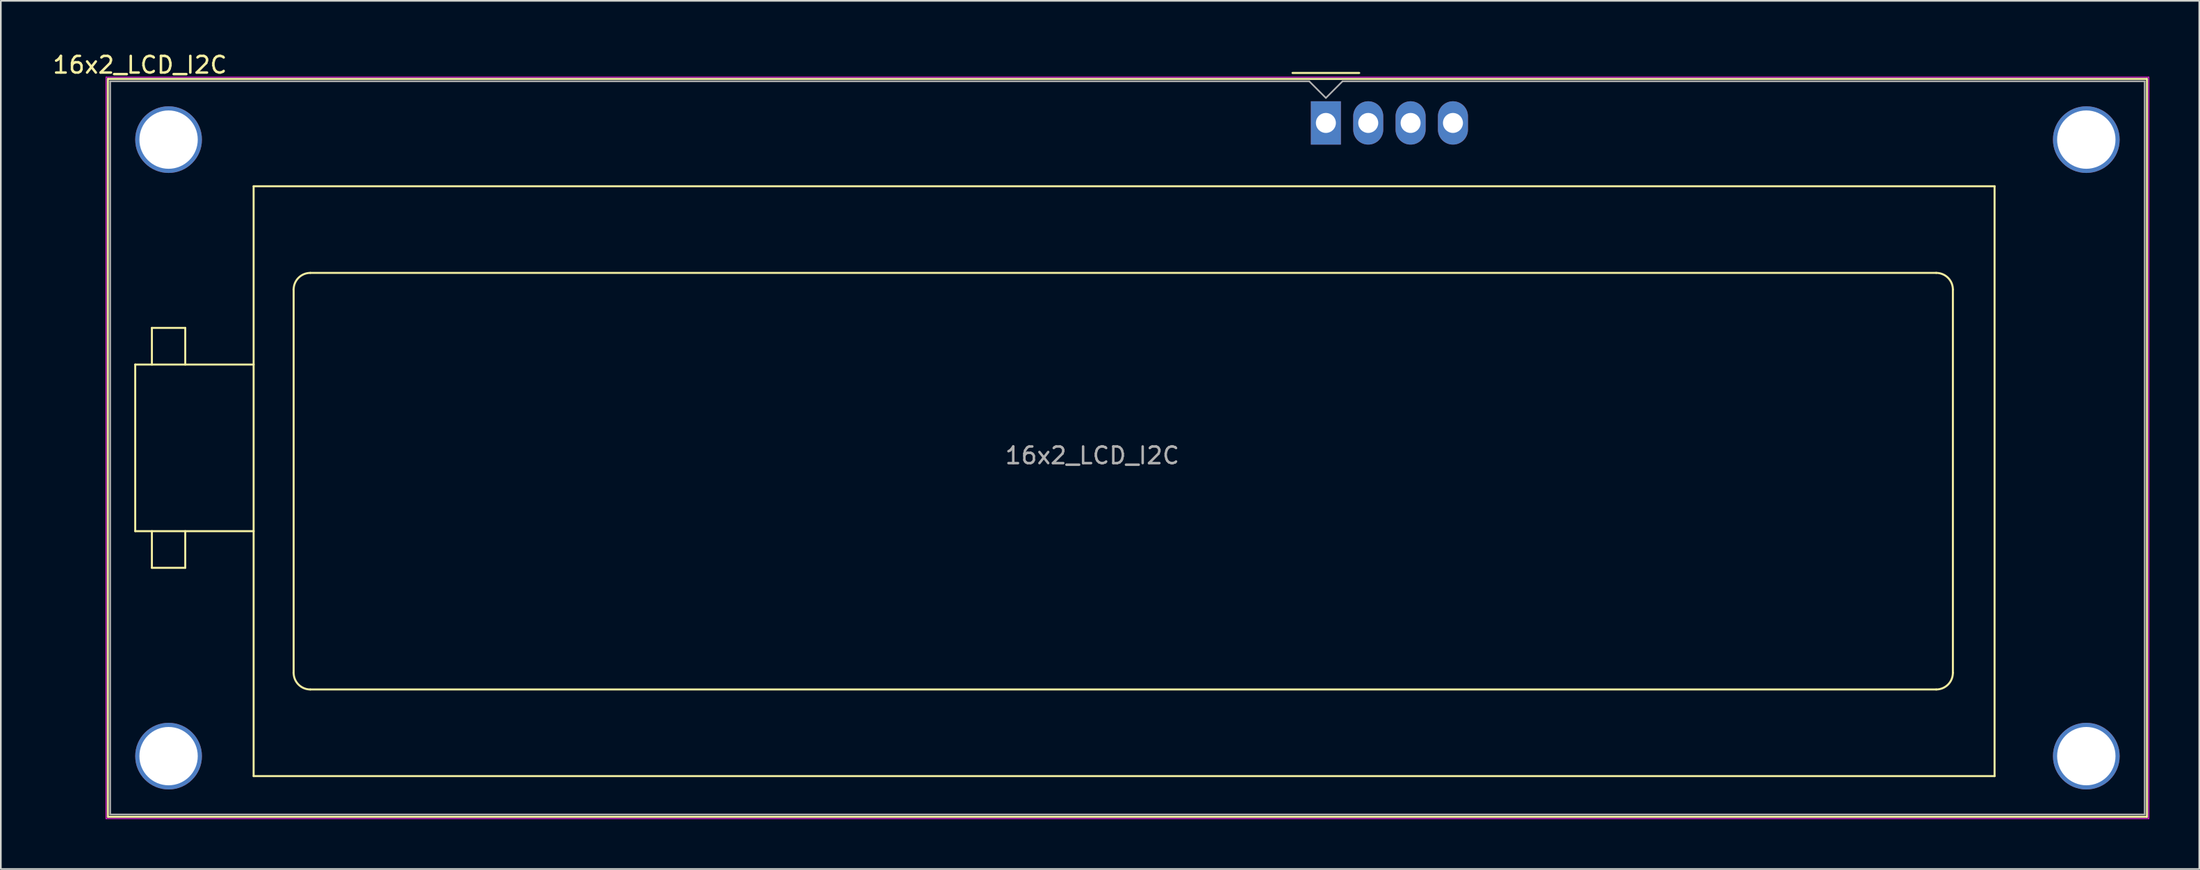
<source format=kicad_pcb>
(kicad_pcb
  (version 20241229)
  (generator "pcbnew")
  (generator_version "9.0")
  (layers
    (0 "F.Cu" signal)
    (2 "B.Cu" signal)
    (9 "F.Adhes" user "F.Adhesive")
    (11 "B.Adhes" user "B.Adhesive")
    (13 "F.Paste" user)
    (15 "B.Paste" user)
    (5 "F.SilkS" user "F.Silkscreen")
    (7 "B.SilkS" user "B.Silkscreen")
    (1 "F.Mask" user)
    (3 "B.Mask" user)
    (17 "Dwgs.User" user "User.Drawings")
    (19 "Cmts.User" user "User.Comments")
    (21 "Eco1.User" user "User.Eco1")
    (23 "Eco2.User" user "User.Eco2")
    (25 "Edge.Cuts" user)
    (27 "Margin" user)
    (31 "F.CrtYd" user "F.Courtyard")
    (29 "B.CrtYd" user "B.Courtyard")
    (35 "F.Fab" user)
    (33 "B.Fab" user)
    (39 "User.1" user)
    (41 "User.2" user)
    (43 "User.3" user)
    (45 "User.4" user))
  (footprint "16x2_LCD_I2C"
    (layer "F.Cu")
    (at 76.459 4.328)
    (property "Reference" "16x2_LCD_I2C" (at -71.12 -3.48 0) (layer "F.SilkS") (effects (font (size 1 1) (thickness 0.15))))
    (attr through_hole)
    (fp_line (start -73.04 -2.64) (end -73.04 41.64) (stroke (width 0.12) (type solid)) (layer "F.SilkS"))
    (fp_line (start -73.04 -2.64) (end 49.24 -2.64) (stroke (width 0.12) (type solid)) (layer "F.SilkS"))
    (fp_line (start -71.4 14.5) (end -64.3 14.5) (stroke (width 0.12) (type solid)) (layer "F.SilkS"))
    (fp_line (start -71.4 24.5) (end -71.4 14.5) (stroke (width 0.12) (type solid)) (layer "F.SilkS"))
    (fp_line (start -70.4 12.3) (end -70.4 14.5) (stroke (width 0.12) (type solid)) (layer "F.SilkS"))
    (fp_line (start -70.4 26.7) (end -70.4 24.5) (stroke (width 0.12) (type solid)) (layer "F.SilkS"))
    (fp_line (start -68.4 12.3) (end -70.4 12.3) (stroke (width 0.12) (type solid)) (layer "F.SilkS"))
    (fp_line (start -68.4 14.5) (end -68.4 12.3) (stroke (width 0.12) (type solid)) (layer "F.SilkS"))
    (fp_line (start -68.4 24.5) (end -68.4 26.7) (stroke (width 0.12) (type solid)) (layer "F.SilkS"))
    (fp_line (start -68.4 26.7) (end -70.4 26.7) (stroke (width 0.12) (type solid)) (layer "F.SilkS"))
    (fp_line (start -64.3 3.8) (end 40.1 3.8) (stroke (width 0.12) (type solid)) (layer "F.SilkS"))
    (fp_line (start -64.3 24.5) (end -71.4 24.5) (stroke (width 0.12) (type solid)) (layer "F.SilkS"))
    (fp_line (start -64.3 39.2) (end -64.3 3.8) (stroke (width 0.12) (type solid)) (layer "F.SilkS"))
    (fp_line (start -61.9 33) (end -61.9 10) (stroke (width 0.12) (type solid)) (layer "F.SilkS"))
    (fp_line (start -60.9 9) (end 36.6 9) (stroke (width 0.12) (type solid)) (layer "F.SilkS"))
    (fp_line (start -2 -3) (end 2 -3) (stroke (width 0.12) (type solid)) (layer "F.SilkS"))
    (fp_line (start 36.6 34) (end -60.9 34) (stroke (width 0.12) (type solid)) (layer "F.SilkS"))
    (fp_line (start 37.6 10) (end 37.6 33) (stroke (width 0.12) (type solid)) (layer "F.SilkS"))
    (fp_line (start 40.1 3.8) (end 40.1 39.2) (stroke (width 0.12) (type solid)) (layer "F.SilkS"))
    (fp_line (start 40.1 39.2) (end -64.3 39.2) (stroke (width 0.12) (type solid)) (layer "F.SilkS"))
    (fp_line (start 49.24 -2.64) (end 49.24 41.64) (stroke (width 0.12) (type solid)) (layer "F.SilkS"))
    (fp_line (start 49.24 41.64) (end -73.04 41.64) (stroke (width 0.12) (type solid)) (layer "F.SilkS"))
    (fp_arc (start -61.9 10) (mid -61.607107 9.292893) (end -60.9 9) (stroke (width 0.12) (type solid)) (layer "F.SilkS"))
    (fp_arc (start -60.9 34) (mid -61.607107 33.707107) (end -61.9 33) (stroke (width 0.12) (type solid)) (layer "F.SilkS"))
    (fp_arc (start 36.6 9) (mid 37.307107 9.292893) (end 37.6 10) (stroke (width 0.12) (type solid)) (layer "F.SilkS"))
    (fp_arc (start 37.6 33) (mid 37.307107 33.707107) (end 36.6 34) (stroke (width 0.12) (type solid)) (layer "F.SilkS"))
    (fp_line (start -73.15 -2.75) (end -73.15 41.75) (stroke (width 0.05) (type solid)) (layer "F.CrtYd"))
    (fp_line (start -73.15 -2.75) (end 49.35 -2.75) (stroke (width 0.05) (type solid)) (layer "F.CrtYd"))
    (fp_line (start -73.15 41.75) (end 49.35 41.75) (stroke (width 0.05) (type solid)) (layer "F.CrtYd"))
    (fp_line (start 49.35 -2.75) (end 49.35 41.75) (stroke (width 0.05) (type solid)) (layer "F.CrtYd"))
    (fp_line (start -72.9 -2.5) (end -72.9 41.5) (stroke (width 0.1) (type solid)) (layer "F.Fab"))
    (fp_line (start -72.9 41.5) (end 49.1 41.5) (stroke (width 0.1) (type solid)) (layer "F.Fab"))
    (fp_line (start -1 -2.5) (end -72.9 -2.5) (stroke (width 0.1) (type solid)) (layer "F.Fab"))
    (fp_line (start 0 -1.5) (end -1 -2.5) (stroke (width 0.1) (type solid)) (layer "F.Fab"))
    (fp_line (start 1 -2.5) (end 0 -1.5) (stroke (width 0.1) (type solid)) (layer "F.Fab"))
    (fp_line (start 49.1 -2.5) (end 1 -2.5) (stroke (width 0.1) (type solid)) (layer "F.Fab"))
    (fp_line (start 49.1 41.5) (end 49.1 -2.5) (stroke (width 0.1) (type solid)) (layer "F.Fab"))
    (fp_text user "${REFERENCE}" (at -14.01 19.96 0) (layer "F.Fab") (effects (font (size 1 1) (thickness 0.15))))
    (pad "" thru_hole circle (at -69.4 1.001 180) (size 4 4) (drill 3.5) (layers "*.Cu" "*.Mask"))
    (pad "" thru_hole circle (at -69.4 38.001 180) (size 4 4) (drill 3.5) (layers "*.Cu" "*.Mask"))
    (pad "" thru_hole circle (at 45.601 1.001 180) (size 4 4) (drill 3.5) (layers "*.Cu" "*.Mask"))
    (pad "" thru_hole circle (at 45.601 38.001 180) (size 4 4) (drill 3.5) (layers "*.Cu" "*.Mask"))
    (pad "1" thru_hole rect (at 0 0 180) (size 1.8 2.6) (drill 1.2) (layers "*.Cu" "*.Mask"))
    (pad "2" thru_hole oval (at 2.54 0 180) (size 1.8 2.6) (drill 1.2) (layers "*.Cu" "*.Mask"))
    (pad "3" thru_hole oval (at 5.08 0 180) (size 1.8 2.6) (drill 1.2) (layers "*.Cu" "*.Mask"))
    (pad "4" thru_hole oval (at 7.62 0 180) (size 1.8 2.6) (drill 1.2) (layers "*.Cu" "*.Mask")))
  (gr_rect
    (start -3 -3)
    (end 128.834 49.103)
    (stroke (width 0.1) (type default))
    (fill no)
    (layer "Edge.Cuts")))
</source>
